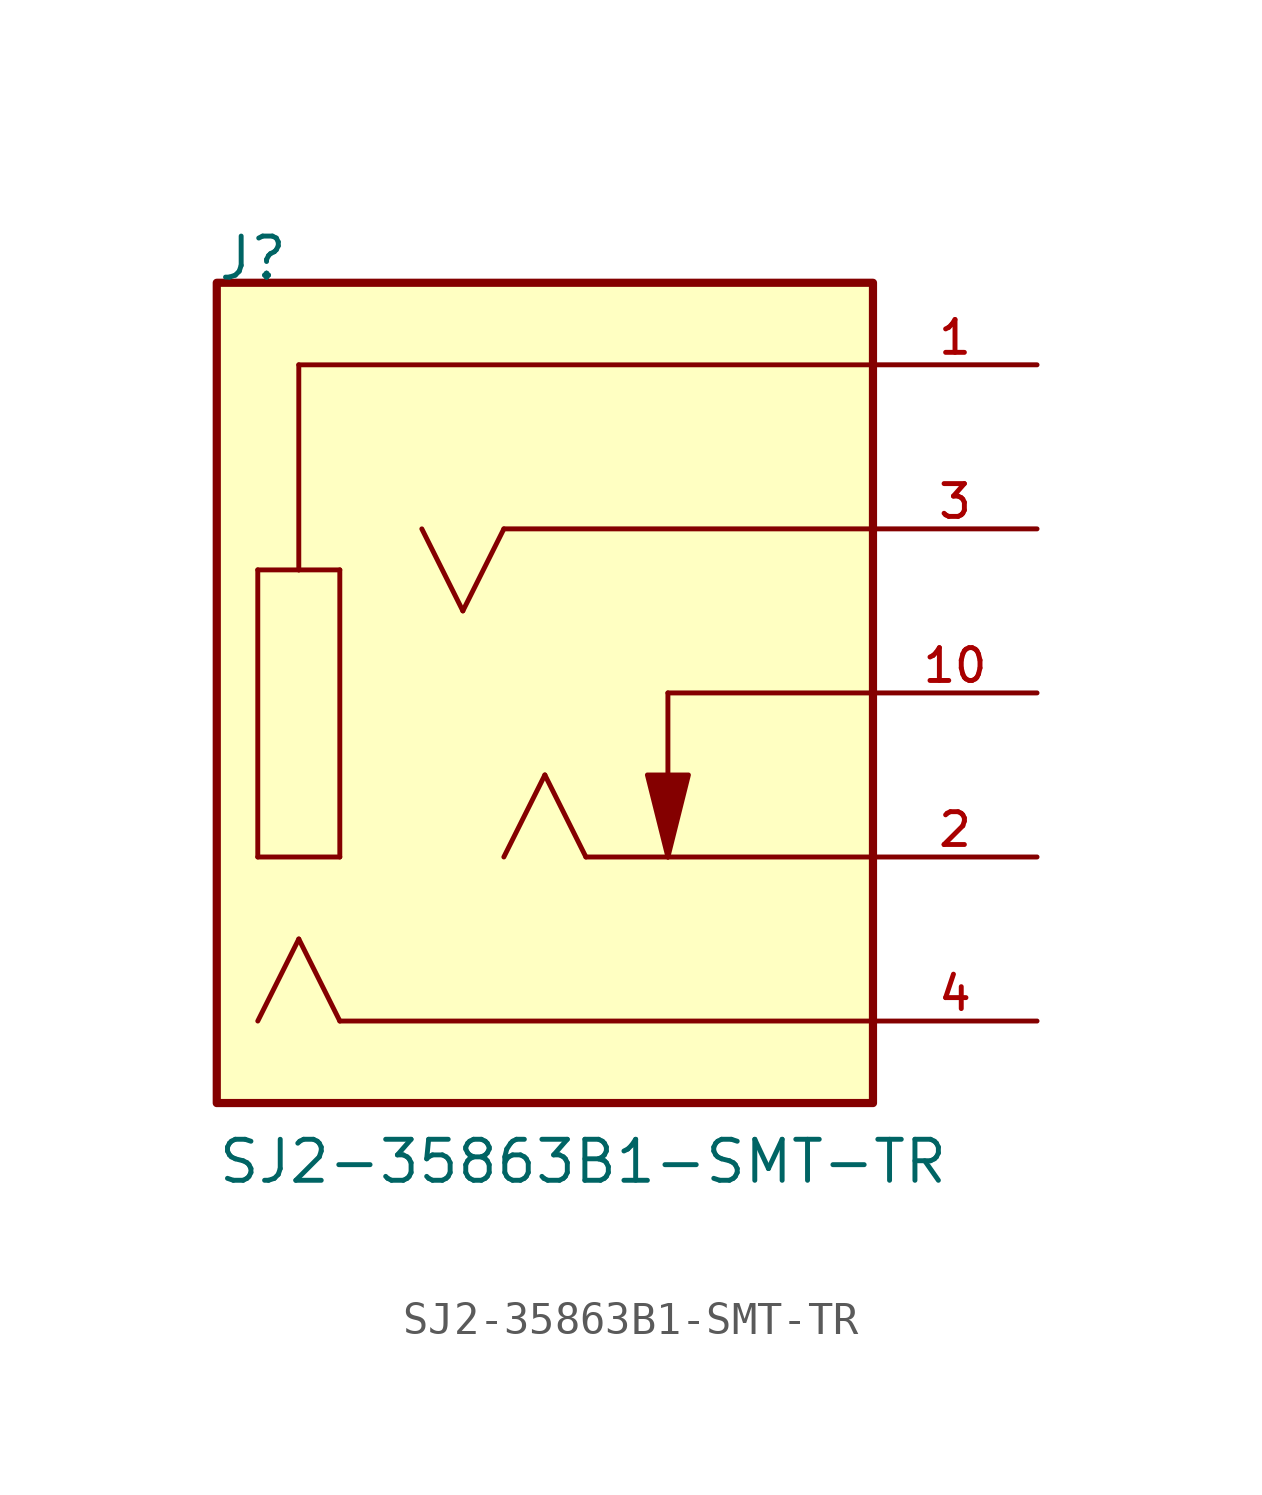
<source format=kicad_sym>
(kicad_symbol_lib
  (version 20211014)
  (generator kicad_symbol_editor)
  (symbol "SJ2-35863B1-SMT-TR"
    (pin_names
      (offset 1.016))
    (property "Reference" "J"
      (at -10.17 12.713 0)
      (effects (font (size 1.27 1.27)) (justify bottom left)))
    (property "Value" "SJ2-35863B1-SMT-TR"
      (at -10.17 -15.255 0)
      (effects (font (size 1.27 1.27)) (justify bottom left)))
    (symbol "SJ2-35863B1-SMT-TR_0_0"
      (polyline (pts (xy 10.16 10.16) (xy -7.62 10.16)) (stroke (width 0.152)))
      (polyline (pts (xy -7.62 10.16) (xy -7.62 3.81)) (stroke (width 0.152)))
      (polyline (pts (xy -7.62 3.81) (xy -6.35 3.81)) (stroke (width 0.152)))
      (polyline (pts (xy -6.35 3.81) (xy -6.35 -5.08)) (stroke (width 0.152)))
      (polyline (pts (xy -6.35 -5.08) (xy -8.89 -5.08)) (stroke (width 0.152)))
      (polyline (pts (xy -8.89 -5.08) (xy -8.89 3.81)) (stroke (width 0.152)))
      (polyline (pts (xy -8.89 3.81) (xy -7.62 3.81)) (stroke (width 0.152)))
      (polyline (pts (xy 10.16 -5.08) (xy 3.81 -5.08)) (stroke (width 0.152)))
      (polyline (pts (xy 3.81 -5.08) (xy 1.27 -5.08)) (stroke (width 0.152)))
      (polyline (pts (xy 1.27 -5.08) (xy 0.0 -2.54)) (stroke (width 0.152)))
      (polyline (pts (xy 0.0 -2.54) (xy -1.27 -5.08)) (stroke (width 0.152)))
      (polyline (pts (xy 10.16 5.08) (xy -1.27 5.08)) (stroke (width 0.152)))
      (polyline (pts (xy -1.27 5.08) (xy -2.54 2.54)) (stroke (width 0.152)))
      (polyline (pts (xy -2.54 2.54) (xy -3.81 5.08)) (stroke (width 0.152)))
      (polyline (pts (xy 10.16 0.0) (xy 3.81 0.0)) (stroke (width 0.152)))
      (polyline (pts (xy 3.81 0.0) (xy 3.81 -5.08)) (stroke (width 0.152)))
      (polyline (pts (xy 3.81 -5.08) (xy 3.175 -2.54) (xy 4.445 -2.54) (xy 3.81 -5.08)) (stroke (width 0.152)) (fill (type outline)))
      (polyline (pts (xy 10.16 -10.16) (xy -6.35 -10.16)) (stroke (width 0.152)))
      (polyline (pts (xy -6.35 -10.16) (xy -7.62 -7.62)) (stroke (width 0.152)))
      (polyline (pts (xy -7.62 -7.62) (xy -8.89 -10.16)) (stroke (width 0.152)))
      (rectangle (start -10.16 -12.7) (end 10.16 12.7) (stroke (width 0.254)) (fill (type background)))
      (pin passive line (at 15.24 10.16 180.0) (length 5.08) (name "~" (effects (font (size 1.016 1.016)))) (number "1" (effects (font (size 1.016 1.016)))))
      (pin passive line (at 15.24 -5.08 180.0) (length 5.08) (name "~" (effects (font (size 1.016 1.016)))) (number "2" (effects (font (size 1.016 1.016)))))
      (pin passive line (at 15.24 5.08 180.0) (length 5.08) (name "~" (effects (font (size 1.016 1.016)))) (number "3" (effects (font (size 1.016 1.016)))))
      (pin passive line (at 15.24 0.0 180.0) (length 5.08) (name "~" (effects (font (size 1.016 1.016)))) (number "10" (effects (font (size 1.016 1.016)))))
      (pin passive line (at 15.24 -10.16 180.0) (length 5.08) (name "~" (effects (font (size 1.016 1.016)))) (number "4" (effects (font (size 1.016 1.016))))))))
</source>
